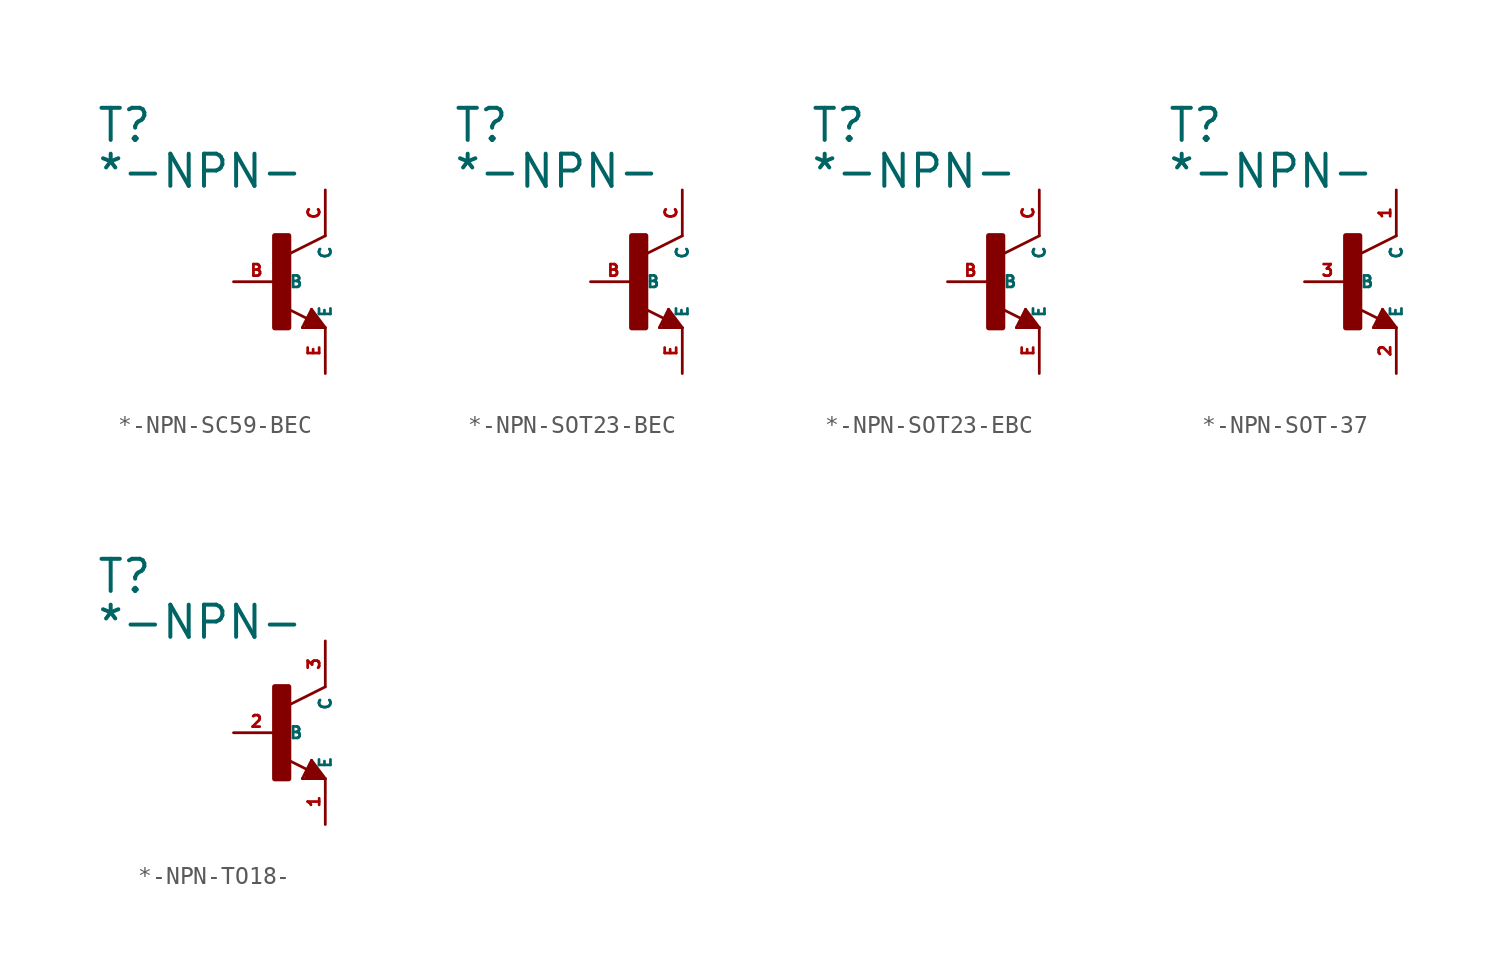
<source format=kicad_sym>
(kicad_symbol_lib
  (version 20220914)
  (generator Eagle2Kicad)
  (symbol "*-NPN-SC59-BEC"
    (property "Reference" "T"
      (at -10.16 7.62 0)
      (effects (font (size 1.778 1.778) (thickness 0.22)) (justify left bottom)))
    (property "Value" "*-NPN-"
      (at -10.16 5.08 0)
      (effects (font (size 1.778 1.778) (thickness 0.22)) (justify left bottom)))
    (polyline
      (pts (xy 2.54 2.54) (xy 0.508 1.524))
      (stroke (width 0.152) (type default))
      (fill (type none)))
    (polyline
      (pts (xy 1.778 -1.524) (xy 2.54 -2.54))
      (stroke (width 0.152) (type default))
      (fill (type none)))
    (polyline
      (pts (xy 2.54 -2.54) (xy 1.27 -2.54))
      (stroke (width 0.152) (type default))
      (fill (type none)))
    (polyline
      (pts (xy 1.27 -2.54) (xy 1.778 -1.524))
      (stroke (width 0.152) (type default))
      (fill (type none)))
    (polyline
      (pts (xy 1.54 -2.04) (xy 0.308 -1.424))
      (stroke (width 0.152) (type default))
      (fill (type none)))
    (polyline
      (pts (xy 1.524 -2.413) (xy 2.286 -2.413))
      (stroke (width 0.254) (type default))
      (fill (type none)))
    (polyline
      (pts (xy 2.286 -2.413) (xy 1.778 -1.778))
      (stroke (width 0.254) (type default))
      (fill (type none)))
    (polyline
      (pts (xy 1.778 -1.778) (xy 1.524 -2.286))
      (stroke (width 0.254) (type default))
      (fill (type none)))
    (polyline
      (pts (xy 1.524 -2.286) (xy 1.905 -2.286))
      (stroke (width 0.254) (type default))
      (fill (type none)))
    (polyline
      (pts (xy 1.905 -2.286) (xy 1.778 -2.032))
      (stroke (width 0.254) (type default))
      (fill (type none)))
    (rectangle
      (start -0.254 -2.54)
      (end 0.508 2.54)
      (stroke (width 0.3) (type default))
      (fill (type outline)))
    (pin passive line
      (at -2.54 0 0)
      (length 2.54)
      (name "B" (effects (font (size 0.635 0.635) (thickness 0.08)) (justify left bottom)))
      (number "B" (effects (font (size 0.635 0.635) (thickness 0.08)) (justify left bottom))))
    (pin passive line
      (at 2.54 -5.08 90)
      (length 2.54)
      (name "E" (effects (font (size 0.635 0.635) (thickness 0.08)) (justify left bottom)))
      (number "E" (effects (font (size 0.635 0.635) (thickness 0.08)) (justify left bottom))))
    (pin passive line
      (at 2.54 5.08 270)
      (length 2.54)
      (name "C" (effects (font (size 0.635 0.635) (thickness 0.08)) (justify left bottom)))
      (number "C" (effects (font (size 0.635 0.635) (thickness 0.08)) (justify left bottom)))))
  (symbol "*-NPN-SOT23-BEC"
    (property "Reference" "T"
      (at -10.16 7.62 0)
      (effects (font (size 1.778 1.778) (thickness 0.22)) (justify left bottom)))
    (property "Value" "*-NPN-"
      (at -10.16 5.08 0)
      (effects (font (size 1.778 1.778) (thickness 0.22)) (justify left bottom)))
    (polyline
      (pts (xy 2.54 2.54) (xy 0.508 1.524))
      (stroke (width 0.152) (type default))
      (fill (type none)))
    (polyline
      (pts (xy 1.778 -1.524) (xy 2.54 -2.54))
      (stroke (width 0.152) (type default))
      (fill (type none)))
    (polyline
      (pts (xy 2.54 -2.54) (xy 1.27 -2.54))
      (stroke (width 0.152) (type default))
      (fill (type none)))
    (polyline
      (pts (xy 1.27 -2.54) (xy 1.778 -1.524))
      (stroke (width 0.152) (type default))
      (fill (type none)))
    (polyline
      (pts (xy 1.54 -2.04) (xy 0.308 -1.424))
      (stroke (width 0.152) (type default))
      (fill (type none)))
    (polyline
      (pts (xy 1.524 -2.413) (xy 2.286 -2.413))
      (stroke (width 0.254) (type default))
      (fill (type none)))
    (polyline
      (pts (xy 2.286 -2.413) (xy 1.778 -1.778))
      (stroke (width 0.254) (type default))
      (fill (type none)))
    (polyline
      (pts (xy 1.778 -1.778) (xy 1.524 -2.286))
      (stroke (width 0.254) (type default))
      (fill (type none)))
    (polyline
      (pts (xy 1.524 -2.286) (xy 1.905 -2.286))
      (stroke (width 0.254) (type default))
      (fill (type none)))
    (polyline
      (pts (xy 1.905 -2.286) (xy 1.778 -2.032))
      (stroke (width 0.254) (type default))
      (fill (type none)))
    (rectangle
      (start -0.254 -2.54)
      (end 0.508 2.54)
      (stroke (width 0.3) (type default))
      (fill (type outline)))
    (pin passive line
      (at -2.54 0 0)
      (length 2.54)
      (name "B" (effects (font (size 0.635 0.635) (thickness 0.08)) (justify left bottom)))
      (number "B" (effects (font (size 0.635 0.635) (thickness 0.08)) (justify left bottom))))
    (pin passive line
      (at 2.54 -5.08 90)
      (length 2.54)
      (name "E" (effects (font (size 0.635 0.635) (thickness 0.08)) (justify left bottom)))
      (number "E" (effects (font (size 0.635 0.635) (thickness 0.08)) (justify left bottom))))
    (pin passive line
      (at 2.54 5.08 270)
      (length 2.54)
      (name "C" (effects (font (size 0.635 0.635) (thickness 0.08)) (justify left bottom)))
      (number "C" (effects (font (size 0.635 0.635) (thickness 0.08)) (justify left bottom)))))
  (symbol "*-NPN-SOT23-EBC"
    (property "Reference" "T"
      (at -10.16 7.62 0)
      (effects (font (size 1.778 1.778) (thickness 0.22)) (justify left bottom)))
    (property "Value" "*-NPN-"
      (at -10.16 5.08 0)
      (effects (font (size 1.778 1.778) (thickness 0.22)) (justify left bottom)))
    (polyline
      (pts (xy 2.54 2.54) (xy 0.508 1.524))
      (stroke (width 0.152) (type default))
      (fill (type none)))
    (polyline
      (pts (xy 1.778 -1.524) (xy 2.54 -2.54))
      (stroke (width 0.152) (type default))
      (fill (type none)))
    (polyline
      (pts (xy 2.54 -2.54) (xy 1.27 -2.54))
      (stroke (width 0.152) (type default))
      (fill (type none)))
    (polyline
      (pts (xy 1.27 -2.54) (xy 1.778 -1.524))
      (stroke (width 0.152) (type default))
      (fill (type none)))
    (polyline
      (pts (xy 1.54 -2.04) (xy 0.308 -1.424))
      (stroke (width 0.152) (type default))
      (fill (type none)))
    (polyline
      (pts (xy 1.524 -2.413) (xy 2.286 -2.413))
      (stroke (width 0.254) (type default))
      (fill (type none)))
    (polyline
      (pts (xy 2.286 -2.413) (xy 1.778 -1.778))
      (stroke (width 0.254) (type default))
      (fill (type none)))
    (polyline
      (pts (xy 1.778 -1.778) (xy 1.524 -2.286))
      (stroke (width 0.254) (type default))
      (fill (type none)))
    (polyline
      (pts (xy 1.524 -2.286) (xy 1.905 -2.286))
      (stroke (width 0.254) (type default))
      (fill (type none)))
    (polyline
      (pts (xy 1.905 -2.286) (xy 1.778 -2.032))
      (stroke (width 0.254) (type default))
      (fill (type none)))
    (rectangle
      (start -0.254 -2.54)
      (end 0.508 2.54)
      (stroke (width 0.3) (type default))
      (fill (type outline)))
    (pin passive line
      (at -2.54 0 0)
      (length 2.54)
      (name "B" (effects (font (size 0.635 0.635) (thickness 0.08)) (justify left bottom)))
      (number "B" (effects (font (size 0.635 0.635) (thickness 0.08)) (justify left bottom))))
    (pin passive line
      (at 2.54 -5.08 90)
      (length 2.54)
      (name "E" (effects (font (size 0.635 0.635) (thickness 0.08)) (justify left bottom)))
      (number "E" (effects (font (size 0.635 0.635) (thickness 0.08)) (justify left bottom))))
    (pin passive line
      (at 2.54 5.08 270)
      (length 2.54)
      (name "C" (effects (font (size 0.635 0.635) (thickness 0.08)) (justify left bottom)))
      (number "C" (effects (font (size 0.635 0.635) (thickness 0.08)) (justify left bottom)))))
  (symbol "*-NPN-SOT-37"
    (property "Reference" "T"
      (at -10.16 7.62 0)
      (effects (font (size 1.778 1.778) (thickness 0.22)) (justify left bottom)))
    (property "Value" "*-NPN-"
      (at -10.16 5.08 0)
      (effects (font (size 1.778 1.778) (thickness 0.22)) (justify left bottom)))
    (polyline
      (pts (xy 2.54 2.54) (xy 0.508 1.524))
      (stroke (width 0.152) (type default))
      (fill (type none)))
    (polyline
      (pts (xy 1.778 -1.524) (xy 2.54 -2.54))
      (stroke (width 0.152) (type default))
      (fill (type none)))
    (polyline
      (pts (xy 2.54 -2.54) (xy 1.27 -2.54))
      (stroke (width 0.152) (type default))
      (fill (type none)))
    (polyline
      (pts (xy 1.27 -2.54) (xy 1.778 -1.524))
      (stroke (width 0.152) (type default))
      (fill (type none)))
    (polyline
      (pts (xy 1.54 -2.04) (xy 0.308 -1.424))
      (stroke (width 0.152) (type default))
      (fill (type none)))
    (polyline
      (pts (xy 1.524 -2.413) (xy 2.286 -2.413))
      (stroke (width 0.254) (type default))
      (fill (type none)))
    (polyline
      (pts (xy 2.286 -2.413) (xy 1.778 -1.778))
      (stroke (width 0.254) (type default))
      (fill (type none)))
    (polyline
      (pts (xy 1.778 -1.778) (xy 1.524 -2.286))
      (stroke (width 0.254) (type default))
      (fill (type none)))
    (polyline
      (pts (xy 1.524 -2.286) (xy 1.905 -2.286))
      (stroke (width 0.254) (type default))
      (fill (type none)))
    (polyline
      (pts (xy 1.905 -2.286) (xy 1.778 -2.032))
      (stroke (width 0.254) (type default))
      (fill (type none)))
    (rectangle
      (start -0.254 -2.54)
      (end 0.508 2.54)
      (stroke (width 0.3) (type default))
      (fill (type outline)))
    (pin passive line
      (at -2.54 0 0)
      (length 2.54)
      (name "B" (effects (font (size 0.635 0.635) (thickness 0.08)) (justify left bottom)))
      (number "3" (effects (font (size 0.635 0.635) (thickness 0.08)) (justify left bottom))))
    (pin passive line
      (at 2.54 -5.08 90)
      (length 2.54)
      (name "E" (effects (font (size 0.635 0.635) (thickness 0.08)) (justify left bottom)))
      (number "2" (effects (font (size 0.635 0.635) (thickness 0.08)) (justify left bottom))))
    (pin passive line
      (at 2.54 5.08 270)
      (length 2.54)
      (name "C" (effects (font (size 0.635 0.635) (thickness 0.08)) (justify left bottom)))
      (number "1" (effects (font (size 0.635 0.635) (thickness 0.08)) (justify left bottom)))))
  (symbol "*-NPN-TO18-"
    (property "Reference" "T"
      (at -10.16 7.62 0)
      (effects (font (size 1.778 1.778) (thickness 0.22)) (justify left bottom)))
    (property "Value" "*-NPN-"
      (at -10.16 5.08 0)
      (effects (font (size 1.778 1.778) (thickness 0.22)) (justify left bottom)))
    (polyline
      (pts (xy 2.54 2.54) (xy 0.508 1.524))
      (stroke (width 0.152) (type default))
      (fill (type none)))
    (polyline
      (pts (xy 1.778 -1.524) (xy 2.54 -2.54))
      (stroke (width 0.152) (type default))
      (fill (type none)))
    (polyline
      (pts (xy 2.54 -2.54) (xy 1.27 -2.54))
      (stroke (width 0.152) (type default))
      (fill (type none)))
    (polyline
      (pts (xy 1.27 -2.54) (xy 1.778 -1.524))
      (stroke (width 0.152) (type default))
      (fill (type none)))
    (polyline
      (pts (xy 1.54 -2.04) (xy 0.308 -1.424))
      (stroke (width 0.152) (type default))
      (fill (type none)))
    (polyline
      (pts (xy 1.524 -2.413) (xy 2.286 -2.413))
      (stroke (width 0.254) (type default))
      (fill (type none)))
    (polyline
      (pts (xy 2.286 -2.413) (xy 1.778 -1.778))
      (stroke (width 0.254) (type default))
      (fill (type none)))
    (polyline
      (pts (xy 1.778 -1.778) (xy 1.524 -2.286))
      (stroke (width 0.254) (type default))
      (fill (type none)))
    (polyline
      (pts (xy 1.524 -2.286) (xy 1.905 -2.286))
      (stroke (width 0.254) (type default))
      (fill (type none)))
    (polyline
      (pts (xy 1.905 -2.286) (xy 1.778 -2.032))
      (stroke (width 0.254) (type default))
      (fill (type none)))
    (rectangle
      (start -0.254 -2.54)
      (end 0.508 2.54)
      (stroke (width 0.3) (type default))
      (fill (type outline)))
    (pin passive line
      (at -2.54 0 0)
      (length 2.54)
      (name "B" (effects (font (size 0.635 0.635) (thickness 0.08)) (justify left bottom)))
      (number "2" (effects (font (size 0.635 0.635) (thickness 0.08)) (justify left bottom))))
    (pin passive line
      (at 2.54 -5.08 90)
      (length 2.54)
      (name "E" (effects (font (size 0.635 0.635) (thickness 0.08)) (justify left bottom)))
      (number "1" (effects (font (size 0.635 0.635) (thickness 0.08)) (justify left bottom))))
    (pin passive line
      (at 2.54 5.08 270)
      (length 2.54)
      (name "C" (effects (font (size 0.635 0.635) (thickness 0.08)) (justify left bottom)))
      (number "3" (effects (font (size 0.635 0.635) (thickness 0.08)) (justify left bottom))))))
</source>
